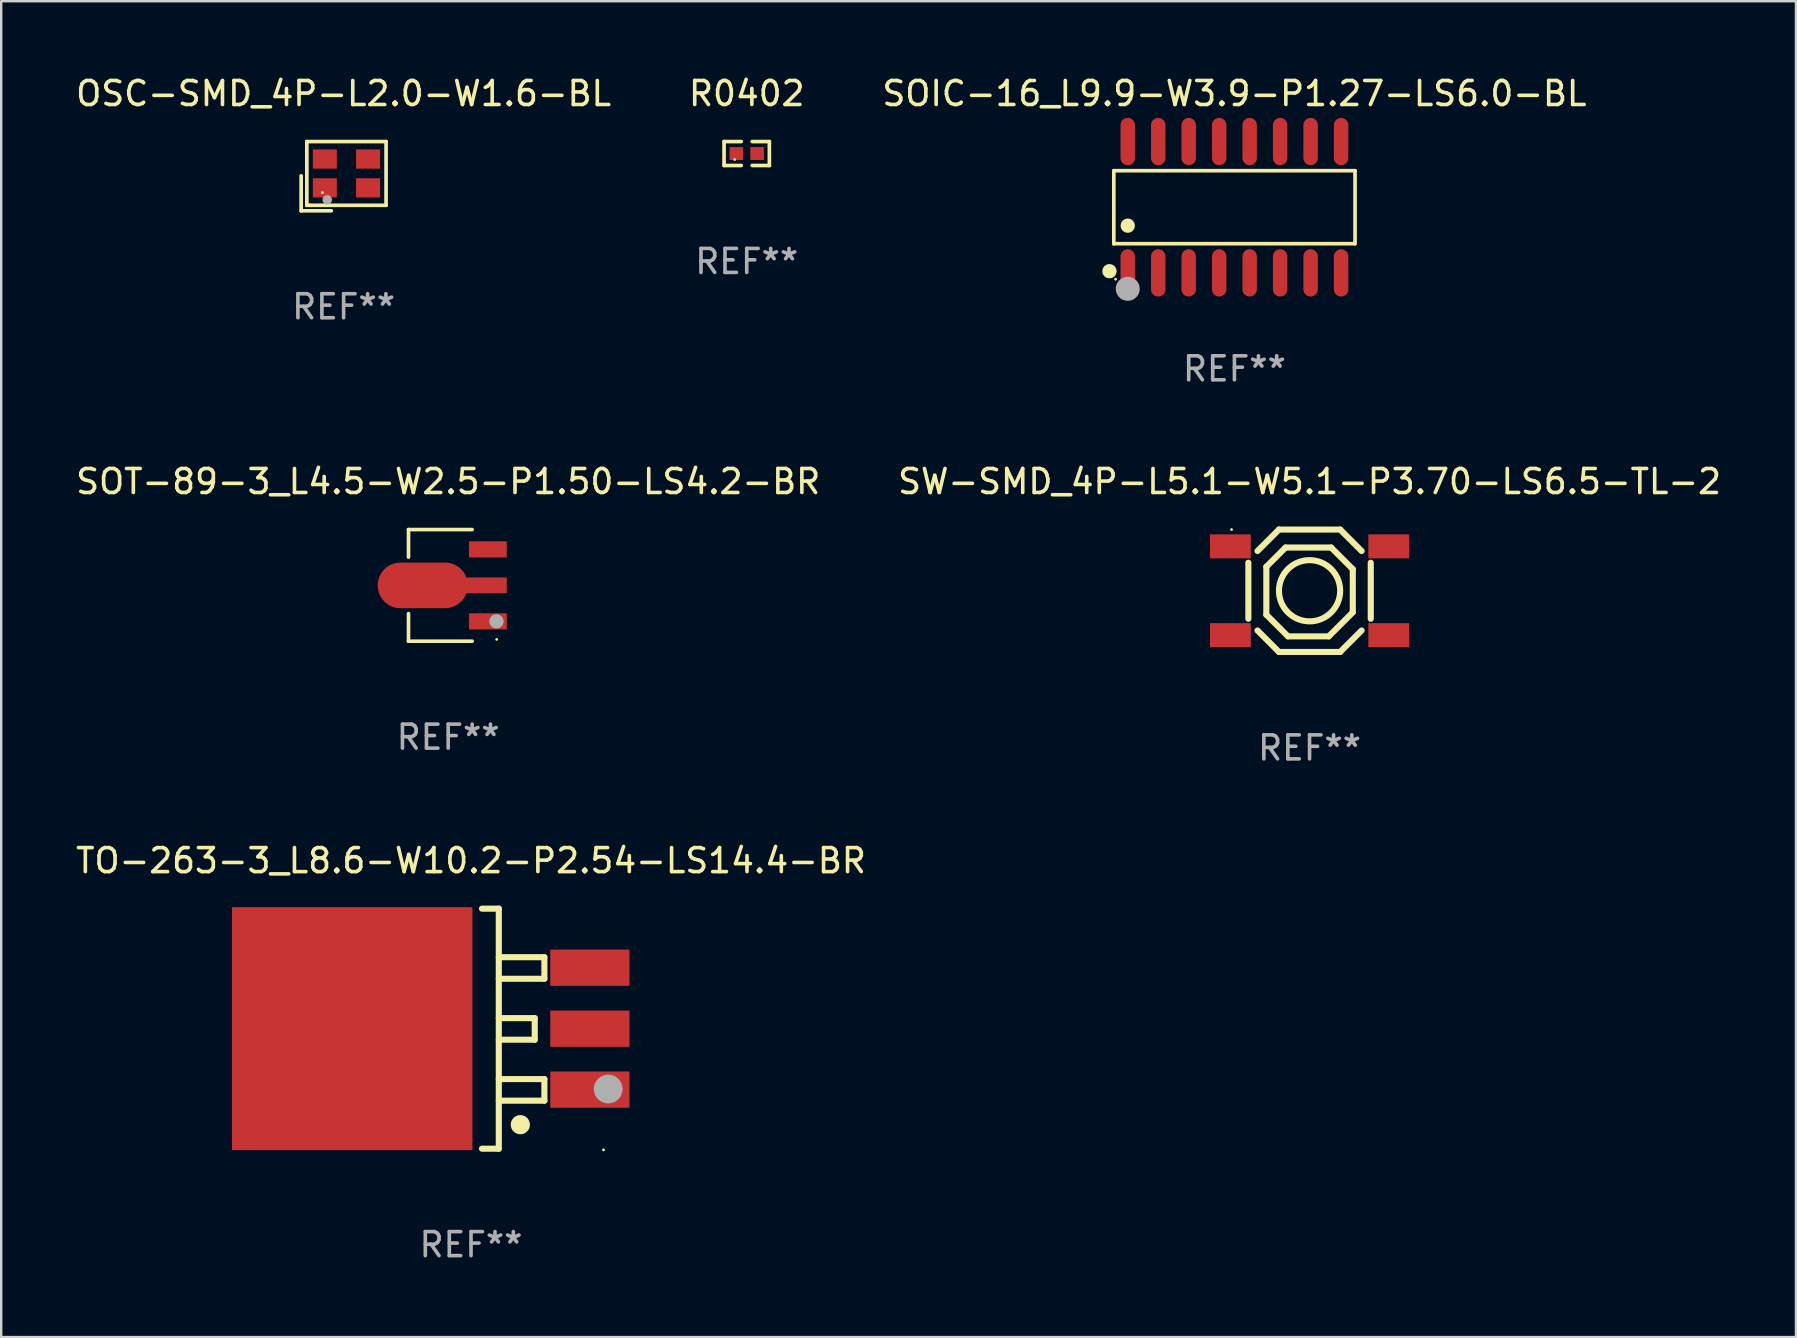
<source format=kicad_pcb>
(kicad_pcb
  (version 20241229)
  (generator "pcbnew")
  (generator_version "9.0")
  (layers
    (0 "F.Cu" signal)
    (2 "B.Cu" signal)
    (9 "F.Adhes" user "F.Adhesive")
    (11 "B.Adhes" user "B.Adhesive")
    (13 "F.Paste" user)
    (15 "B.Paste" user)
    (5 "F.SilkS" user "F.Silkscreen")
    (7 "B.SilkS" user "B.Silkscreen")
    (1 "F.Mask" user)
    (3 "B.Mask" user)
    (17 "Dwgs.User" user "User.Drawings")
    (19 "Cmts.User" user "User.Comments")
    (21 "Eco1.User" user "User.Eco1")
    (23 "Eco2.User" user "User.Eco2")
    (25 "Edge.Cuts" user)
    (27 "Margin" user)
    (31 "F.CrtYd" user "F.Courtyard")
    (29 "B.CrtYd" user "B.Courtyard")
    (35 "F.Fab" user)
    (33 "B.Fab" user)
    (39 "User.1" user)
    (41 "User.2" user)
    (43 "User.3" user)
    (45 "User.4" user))
  (footprint "TO-263-3_L8.6-W10.2-P2.54-LS14.4-BR"
    (layer "F.Cu")
    (at 16.577 39.814)
    (property "Reference" "TO-263-3_L8.6-W10.2-P2.54-LS14.4-BR" (at -0.000051 -7.001 0) (layer "F.SilkS") (effects (font (size 1 1) (thickness 0.15))))
    (attr through_hole)
    (fp_line (start 0.456 -5.001) (end 1.157 -5.001) (stroke (width 0.254) (type solid)) (layer "F.SilkS"))
    (fp_line (start 1.157 -5.001) (end 1.157 5.001) (stroke (width 0.254) (type solid)) (layer "F.SilkS"))
    (fp_line (start 1.157 -2.979) (end 3.057 -2.979) (stroke (width 0.254) (type solid)) (layer "F.SilkS"))
    (fp_line (start 1.157 -0.439) (end 2.655 -0.439) (stroke (width 0.254) (type solid)) (layer "F.SilkS"))
    (fp_line (start 1.157 2.101) (end 3.057 2.101) (stroke (width 0.254) (type solid)) (layer "F.SilkS"))
    (fp_line (start 1.157 3) (end 3.057 3) (stroke (width 0.254) (type solid)) (layer "F.SilkS"))
    (fp_line (start 1.157 5.001) (end 0.456 5.001) (stroke (width 0.254) (type solid)) (layer "F.SilkS"))
    (fp_line (start 2.655 -0.439) (end 2.655 0.46) (stroke (width 0.254) (type solid)) (layer "F.SilkS"))
    (fp_line (start 2.655 0.46) (end 1.157 0.46) (stroke (width 0.254) (type solid)) (layer "F.SilkS"))
    (fp_line (start 3.057 -2.979) (end 3.057 -2.08) (stroke (width 0.254) (type solid)) (layer "F.SilkS"))
    (fp_line (start 3.057 -2.08) (end 1.157 -2.08) (stroke (width 0.254) (type solid)) (layer "F.SilkS"))
    (fp_line (start 3.057 2.101) (end 3.057 3) (stroke (width 0.254) (type solid)) (layer "F.SilkS"))
    (fp_arc (start 2.053416 4.201168) (mid 2.054537 3.799852) (end 2.056254 4.201166) (stroke (width 0.398781) (type solid)) (layer "F.SilkS"))
    (fp_circle (center 5.521 5.05) (end 5.551 5.05) (stroke (width 0.06) (type solid)) (fill no) (layer "F.SilkS"))
    (fp_circle (center 5.716 2.515) (end 6.016 2.515) (stroke (width 0.6) (type solid)) (fill no) (layer "F.Fab"))
    (fp_text user "REF**" (at -0.000051 9.001 0) (layer "F.Fab") (effects (font (size 1 1) (thickness 0.15))))
    (pad "1" smd rect (at 4.952 2.54) (size 3.3 1.511) (layers "F.Cu" "F.Mask" "F.Paste"))
    (pad "2" smd rect (at 4.952 0) (size 3.3 1.511) (layers "F.Cu" "F.Mask" "F.Paste"))
    (pad "3" smd rect (at 4.952 -2.54) (size 3.3 1.511) (layers "F.Cu" "F.Mask" "F.Paste"))
    (pad "4" smd rect (at -4.952 0) (size 10.02 10.122) (layers "F.Cu" "F.Mask" "F.Paste")))
  (footprint "SOT-89-3_L4.5-W2.5-P1.50-LS4.2-BR"
    (layer "F.Cu")
    (at 15.922 21.342)
    (property "Reference" "SOT-89-3_L4.5-W2.5-P1.50-LS4.2-BR" (at -0.297 -4.326 0) (layer "F.SilkS") (effects (font (size 1 1) (thickness 0.15))))
    (attr through_hole)
    (fp_line (start -1.95 -2.326) (end -1.95 -1.177) (stroke (width 0.152) (type solid)) (layer "F.SilkS"))
    (fp_line (start -1.95 2.326) (end -1.95 1.177) (stroke (width 0.152) (type solid)) (layer "F.SilkS"))
    (fp_line (start 0.702 -2.326) (end -1.95 -2.326) (stroke (width 0.152) (type solid)) (layer "F.SilkS"))
    (fp_line (start 0.702 2.326) (end -1.95 2.326) (stroke (width 0.152) (type solid)) (layer "F.SilkS"))
    (fp_circle (center 1.724 2.25) (end 1.754 2.25) (stroke (width 0.06) (type solid)) (fill no) (layer "F.SilkS"))
    (fp_circle (center 1.715 1.5) (end 1.865 1.5) (stroke (width 0.3) (type solid)) (fill no) (layer "F.Fab"))
    (fp_text user "REF**" (at -0.297 6.326 0) (layer "F.Fab") (effects (font (size 1 1) (thickness 0.15))))
    (pad "1" smd rect (at 1.356 1.5) (size 1.575 0.672) (layers "F.Cu" "F.Mask" "F.Paste"))
    (pad "2" smd custom (at -1.356 0.000127) (size 0.1 0.1) (layers "F.Cu" "F.Mask" "F.Paste") (options (anchor circle)) (primitives (gr_poly (pts (xy -0.927 -0.95) (xy 0.927 -0.95) (xy 0.972 -0.949) (xy 1.016 -0.946) (xy 1.06 -0.941) (xy 1.104 -0.933) (xy 1.148 -0.924) (xy 1.191 -0.913) (xy 1.233 -0.899) (xy 1.275 -0.884) (xy 1.316 -0.867) (xy 1.357 -0.847) (xy 1.396 -0.826) (xy 1.434 -0.803) (xy 1.471 -0.779) (xy 1.507 -0.753) (xy 1.542 -0.725) (xy 1.575 -0.695) (xy 1.607 -0.664) (xy 1.637 -0.631) (xy 1.666 -0.597) (xy 1.693 -0.562) (xy 1.719 -0.525) (xy 1.742 -0.488) (xy 1.764 -0.449) (xy 1.785 -0.409) (xy 1.803 -0.33) (xy 3.5 -0.33) (xy 3.5 0.33) (xy 1.803 0.33) (xy 1.785 0.409) (xy 1.764 0.449) (xy 1.742 0.488) (xy 1.719 0.526) (xy 1.693 0.562) (xy 1.666 0.597) (xy 1.637 0.631) (xy 1.607 0.664) (xy 1.575 0.695) (xy 1.542 0.725) (xy 1.507 0.753) (xy 1.471 0.779) (xy 1.434 0.804) (xy 1.396 0.826) (xy 1.357 0.848) (xy 1.316 0.867) (xy 1.275 0.884) (xy 1.233 0.899) (xy 1.191 0.913) (xy 1.148 0.924) (xy 1.104 0.933) (xy 1.06 0.941) (xy 1.016 0.946) (xy 0.972 0.949) (xy 0.927 0.95) (xy -0.927 0.95) (xy -0.972 0.949) (xy -1.016 0.946) (xy -1.06 0.941) (xy -1.104 0.933) (xy -1.148 0.924) (xy -1.191 0.913) (xy -1.233 0.899) (xy -1.275 0.884) (xy -1.316 0.867) (xy -1.356 0.848) (xy -1.396 0.826) (xy -1.434 0.804) (xy -1.471 0.779) (xy -1.507 0.753) (xy -1.541 0.725) (xy -1.575 0.695) (xy -1.607 0.664) (xy -1.637 0.631) (xy -1.666 0.597) (xy -1.693 0.562) (xy -1.718 0.526) (xy -1.742 0.488) (xy -1.764 0.449) (xy -1.784 0.409) (xy -1.803 0.369) (xy -1.819 0.327) (xy -1.833 0.285) (xy -1.846 0.242) (xy -1.856 0.199) (xy -1.864 0.155) (xy -1.87 0.111) (xy -1.875 0.067) (xy -1.877 0.022) (xy -1.877 -0.022) (xy -1.875 -0.067) (xy -1.87 -0.111) (xy -1.864 -0.155) (xy -1.856 -0.199) (xy -1.846 -0.242) (xy -1.833 -0.285) (xy -1.819 -0.327) (xy -1.803 -0.369) (xy -1.784 -0.409) (xy -1.764 -0.449) (xy -1.742 -0.488) (xy -1.718 -0.525) (xy -1.693 -0.562) (xy -1.666 -0.597) (xy -1.637 -0.631) (xy -1.607 -0.664) (xy -1.575 -0.695) (xy -1.541 -0.725) (xy -1.507 -0.753) (xy -1.471 -0.779) (xy -1.434 -0.803) (xy -1.396 -0.826) (xy -1.356 -0.847) (xy -1.316 -0.867) (xy -1.275 -0.884) (xy -1.233 -0.899) (xy -1.191 -0.913) (xy -1.148 -0.924) (xy -1.104 -0.933) (xy -1.06 -0.941) (xy -1.016 -0.946) (xy -0.972 -0.949) (xy -0.927 -0.95)) (width 0) (fill yes))))
    (pad "3" smd rect (at 1.356 -1.5) (size 1.575 0.672) (layers "F.Cu" "F.Mask" "F.Paste")))
  (footprint "SW-SMD_4P-L5.1-W5.1-P3.70-LS6.5-TL-2"
    (layer "F.Cu")
    (at 51.518 21.566)
    (property "Reference" "SW-SMD_4P-L5.1-W5.1-P3.70-LS6.5-TL-2" (at 0 -4.55 0) (layer "F.SilkS") (effects (font (size 1 1) (thickness 0.15))))
    (attr through_hole)
    (fp_line (start -2.55 -1.168) (end -2.55 1.168) (stroke (width 0.254) (type solid)) (layer "F.SilkS"))
    (fp_line (start -2.17 1.655) (end -1.275 2.55) (stroke (width 0.254) (type solid)) (layer "F.SilkS"))
    (fp_line (start -1.801 -1.001) (end -1.001 -1.801) (stroke (width 0.254) (type solid)) (layer "F.SilkS"))
    (fp_line (start -1.801 0.998) (end -1.801 -1.001) (stroke (width 0.254) (type solid)) (layer "F.SilkS"))
    (fp_line (start -1.275 -2.55) (end -2.17 -1.655) (stroke (width 0.254) (type solid)) (layer "F.SilkS"))
    (fp_line (start -1.275 -2.55) (end 1.275 -2.55) (stroke (width 0.254) (type solid)) (layer "F.SilkS"))
    (fp_line (start -1.275 2.55) (end 1.275 2.55) (stroke (width 0.254) (type solid)) (layer "F.SilkS"))
    (fp_line (start -1.001 -1.801) (end 0.899 -1.801) (stroke (width 0.254) (type solid)) (layer "F.SilkS"))
    (fp_line (start -0.899 1.9) (end -1.801 0.998) (stroke (width 0.254) (type solid)) (layer "F.SilkS"))
    (fp_line (start 0.8 1.9) (end -0.899 1.9) (stroke (width 0.254) (type solid)) (layer "F.SilkS"))
    (fp_line (start 0.899 -1.801) (end 1.801 -0.899) (stroke (width 0.254) (type solid)) (layer "F.SilkS"))
    (fp_line (start 1.275 -2.55) (end 2.17 -1.655) (stroke (width 0.254) (type solid)) (layer "F.SilkS"))
    (fp_line (start 1.801 -0.899) (end 1.801 0.899) (stroke (width 0.254) (type solid)) (layer "F.SilkS"))
    (fp_line (start 1.801 0.899) (end 0.8 1.9) (stroke (width 0.254) (type solid)) (layer "F.SilkS"))
    (fp_line (start 2.17 1.655) (end 1.275 2.55) (stroke (width 0.254) (type solid)) (layer "F.SilkS"))
    (fp_line (start 2.55 -1.168) (end 2.55 1.168) (stroke (width 0.254) (type solid)) (layer "F.SilkS"))
    (fp_circle (center -3.25 -2.55) (end -3.22 -2.55) (stroke (width 0.06) (type solid)) (fill no) (layer "F.SilkS"))
    (fp_circle (center 0 0) (end 1.275 0) (stroke (width 0.254) (type solid)) (fill no) (layer "F.SilkS"))
    (fp_text user "REF**" (at 0 6.55 0) (layer "F.Fab") (effects (font (size 1 1) (thickness 0.15))))
    (pad "1" smd rect (at -3.3 -1.85) (size 1.7 1) (layers "F.Cu" "F.Mask" "F.Paste"))
    (pad "2" smd rect (at 3.3 -1.85) (size 1.7 1) (layers "F.Cu" "F.Mask" "F.Paste"))
    (pad "3" smd rect (at -3.3 1.85) (size 1.7 1) (layers "F.Cu" "F.Mask" "F.Paste"))
    (pad "4" smd rect (at 3.3 1.85) (size 1.7 1) (layers "F.Cu" "F.Mask" "F.Paste")))
  (footprint "SOIC-16_L9.9-W3.9-P1.27-LS6.0-BL"
    (layer "F.Cu")
    (at 48.387 5.584)
    (property "Reference" "SOIC-16_L9.9-W3.9-P1.27-LS6.0-BL" (at 0 -4.736 0) (layer "F.SilkS") (effects (font (size 1 1) (thickness 0.15))))
    (attr through_hole)
    (fp_line (start -5.026 -1.521) (end 5.026 -1.521) (stroke (width 0.152) (type solid)) (layer "F.SilkS"))
    (fp_line (start -5.026 1.521) (end -5.026 -1.521) (stroke (width 0.152) (type solid)) (layer "F.SilkS"))
    (fp_line (start 5.026 -1.521) (end 5.026 1.521) (stroke (width 0.152) (type solid)) (layer "F.SilkS"))
    (fp_line (start 5.026 1.521) (end -5.026 1.521) (stroke (width 0.152) (type solid)) (layer "F.SilkS"))
    (fp_circle (center -5.207 2.667) (end -5.057 2.667) (stroke (width 0.3) (type solid)) (fill no) (layer "F.SilkS"))
    (fp_circle (center -4.95 3) (end -4.92 3) (stroke (width 0.06) (type solid)) (fill no) (layer "F.SilkS"))
    (fp_circle (center -4.445 0.769) (end -4.295 0.769) (stroke (width 0.3) (type solid)) (fill no) (layer "F.SilkS"))
    (fp_circle (center -4.445 3.4) (end -4.195 3.4) (stroke (width 0.5) (type solid)) (fill no) (layer "F.Fab"))
    (fp_text user "REF**" (at 0 6.736 0) (layer "F.Fab") (effects (font (size 1 1) (thickness 0.15))))
    (pad "1" smd oval (at -4.445 2.736) (size 0.602 1.971) (layers "F.Cu" "F.Mask" "F.Paste"))
    (pad "2" smd oval (at -3.175 2.736) (size 0.602 1.971) (layers "F.Cu" "F.Mask" "F.Paste"))
    (pad "3" smd oval (at -1.905 2.736) (size 0.602 1.971) (layers "F.Cu" "F.Mask" "F.Paste"))
    (pad "4" smd oval (at -0.635 2.736) (size 0.602 1.971) (layers "F.Cu" "F.Mask" "F.Paste"))
    (pad "5" smd oval (at 0.635 2.736) (size 0.602 1.971) (layers "F.Cu" "F.Mask" "F.Paste"))
    (pad "6" smd oval (at 1.905 2.736) (size 0.602 1.971) (layers "F.Cu" "F.Mask" "F.Paste"))
    (pad "7" smd oval (at 3.175 2.736) (size 0.602 1.971) (layers "F.Cu" "F.Mask" "F.Paste"))
    (pad "8" smd oval (at 4.445 2.736) (size 0.602 1.971) (layers "F.Cu" "F.Mask" "F.Paste"))
    (pad "9" smd oval (at 4.445 -2.736) (size 0.602 1.971) (layers "F.Cu" "F.Mask" "F.Paste"))
    (pad "10" smd oval (at 3.175 -2.736) (size 0.602 1.971) (layers "F.Cu" "F.Mask" "F.Paste"))
    (pad "11" smd oval (at 1.905 -2.736) (size 0.602 1.971) (layers "F.Cu" "F.Mask" "F.Paste"))
    (pad "12" smd oval (at 0.635 -2.736) (size 0.602 1.971) (layers "F.Cu" "F.Mask" "F.Paste"))
    (pad "13" smd oval (at -0.635 -2.736) (size 0.602 1.971) (layers "F.Cu" "F.Mask" "F.Paste"))
    (pad "14" smd oval (at -1.905 -2.736) (size 0.602 1.971) (layers "F.Cu" "F.Mask" "F.Paste"))
    (pad "15" smd oval (at -3.175 -2.736) (size 0.602 1.971) (layers "F.Cu" "F.Mask" "F.Paste"))
    (pad "16" smd oval (at -4.445 -2.736) (size 0.602 1.971) (layers "F.Cu" "F.Mask" "F.Paste")))
  (footprint "R0402"
    (layer "F.Cu")
    (at 28.065 3.347)
    (property "Reference" "R0402" (at 0 -2.499 0) (layer "F.SilkS") (effects (font (size 1 1) (thickness 0.15))))
    (attr through_hole)
    (fp_line (start -0.944 -0.499) (end -0.226 -0.499) (stroke (width 0.152) (type solid)) (layer "F.SilkS"))
    (fp_line (start -0.944 0.499) (end -0.944 -0.499) (stroke (width 0.152) (type solid)) (layer "F.SilkS"))
    (fp_line (start -0.226 0.499) (end -0.944 0.499) (stroke (width 0.152) (type solid)) (layer "F.SilkS"))
    (fp_line (start 0.226 0.499) (end 0.944 0.499) (stroke (width 0.152) (type solid)) (layer "F.SilkS"))
    (fp_line (start 0.944 -0.499) (end 0.226 -0.499) (stroke (width 0.152) (type solid)) (layer "F.SilkS"))
    (fp_line (start 0.944 0.499) (end 0.944 -0.499) (stroke (width 0.152) (type solid)) (layer "F.SilkS"))
    (fp_circle (center -0.5 0.25) (end -0.47 0.25) (stroke (width 0.06) (type solid)) (fill no) (layer "F.SilkS"))
    (fp_text user "REF**" (at 0 4.499 0) (layer "F.Fab") (effects (font (size 1 1) (thickness 0.15))))
    (pad "1" smd rect (at -0.433 0) (size 0.566 0.54) (layers "F.Cu" "F.Mask" "F.Paste"))
    (pad "2" smd rect (at 0.433 0) (size 0.566 0.54) (layers "F.Cu" "F.Mask" "F.Paste")))
  (footprint "OSC-SMD_4P-L2.0-W1.6-BL"
    (layer "F.Cu")
    (at 11.386 4.177)
    (property "Reference" "OSC-SMD_4P-L2.0-W1.6-BL" (at -0.118 -3.328 0) (layer "F.SilkS") (effects (font (size 1 1) (thickness 0.15))))
    (attr through_hole)
    (fp_line (start -1.887 0.1) (end -1.887 1.557) (stroke (width 0.152) (type solid)) (layer "F.SilkS"))
    (fp_line (start -1.887 1.557) (end -0.63 1.557) (stroke (width 0.152) (type solid)) (layer "F.SilkS"))
    (fp_line (start -1.651 -1.328) (end 1.651 -1.328) (stroke (width 0.152) (type solid)) (layer "F.SilkS"))
    (fp_line (start -1.651 1.328) (end -1.651 -1.328) (stroke (width 0.152) (type solid)) (layer "F.SilkS"))
    (fp_line (start -1.529 1.328) (end -1.651 1.328) (stroke (width 0.152) (type solid)) (layer "F.SilkS"))
    (fp_line (start 1.651 -1.328) (end 1.651 1.328) (stroke (width 0.152) (type solid)) (layer "F.SilkS"))
    (fp_line (start 1.651 1.328) (end -1.529 1.328) (stroke (width 0.152) (type solid)) (layer "F.SilkS"))
    (fp_circle (center -1 0.8) (end -0.97 0.8) (stroke (width 0.06) (type solid)) (fill no) (layer "F.SilkS"))
    (fp_circle (center -0.8 1.1) (end -0.7 1.1) (stroke (width 0.2) (type solid)) (fill no) (layer "F.Fab"))
    (fp_text user "REF**" (at -0.118 5.557 0) (layer "F.Fab") (effects (font (size 1 1) (thickness 0.15))))
    (pad "1" smd rect (at -0.9 0.6 90) (size 0.8 1) (layers "F.Cu" "F.Mask" "F.Paste"))
    (pad "2" smd rect (at 0.9 0.6 90) (size 0.8 1) (layers "F.Cu" "F.Mask" "F.Paste"))
    (pad "3" smd rect (at 0.9 -0.6 90) (size 0.8 1) (layers "F.Cu" "F.Mask" "F.Paste"))
    (pad "4" smd rect (at -0.9 -0.6 90) (size 0.8 1) (layers "F.Cu" "F.Mask" "F.Paste")))
  (gr_rect
    (start -3 -3)
    (end 71.786 52.664)
    (stroke (width 0.1) (type default))
    (fill no)
    (layer "Edge.Cuts")))
</source>
